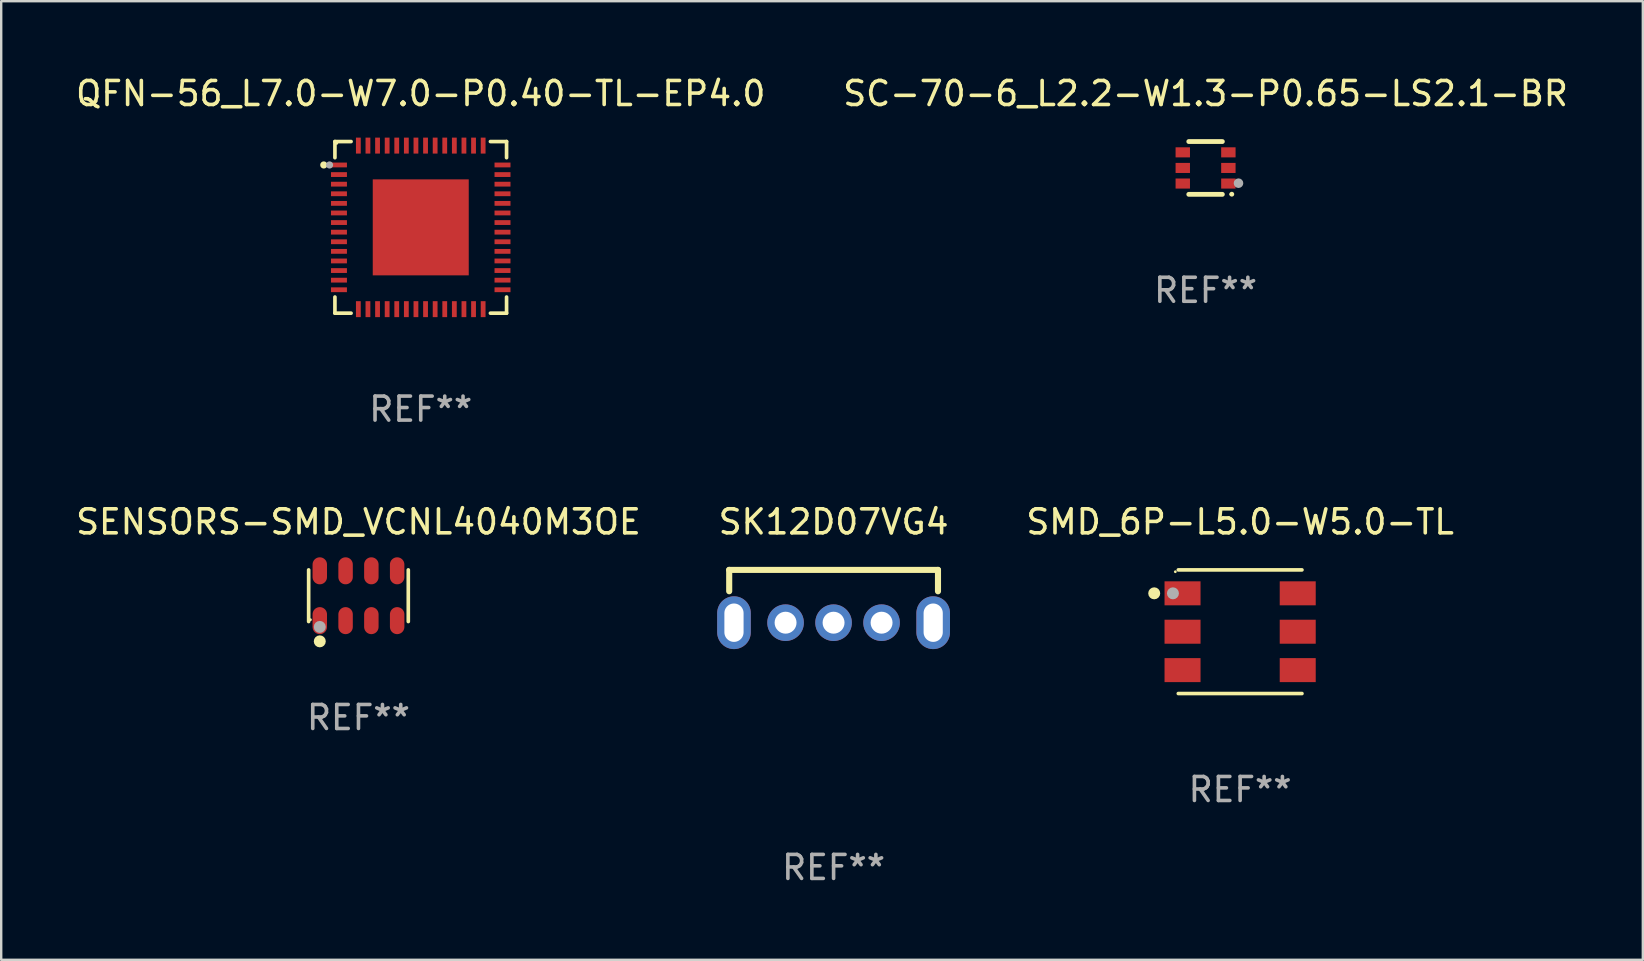
<source format=kicad_pcb>
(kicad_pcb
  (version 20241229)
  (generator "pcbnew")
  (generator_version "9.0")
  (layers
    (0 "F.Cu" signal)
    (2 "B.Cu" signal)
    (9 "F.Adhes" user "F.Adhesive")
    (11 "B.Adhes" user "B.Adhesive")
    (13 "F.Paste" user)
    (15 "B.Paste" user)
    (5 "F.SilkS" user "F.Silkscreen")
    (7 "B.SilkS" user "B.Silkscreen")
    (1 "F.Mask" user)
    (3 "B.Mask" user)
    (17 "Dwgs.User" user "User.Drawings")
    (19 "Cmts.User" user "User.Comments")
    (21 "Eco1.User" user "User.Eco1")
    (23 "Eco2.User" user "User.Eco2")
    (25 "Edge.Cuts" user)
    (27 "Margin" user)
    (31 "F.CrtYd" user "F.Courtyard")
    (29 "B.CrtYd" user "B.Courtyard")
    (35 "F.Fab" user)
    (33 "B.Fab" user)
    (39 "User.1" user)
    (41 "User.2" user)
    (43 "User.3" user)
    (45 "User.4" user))
  (footprint "SC-70-6_L2.2-W1.3-P0.65-LS2.1-BR"
    (layer "F.Cu")
    (at 47.185 3.948)
    (property "Reference" "SC-70-6_L2.2-W1.3-P0.65-LS2.1-BR" (at 0 -3.1 0) (layer "F.SilkS") (effects (font (size 1 1) (thickness 0.15))))
    (attr through_hole)
    (fp_line (start -0.7 -1.1) (end 0.7 -1.1) (stroke (width 0.2) (type solid)) (layer "F.SilkS"))
    (fp_line (start -0.7 1.1) (end 0.7 1.1) (stroke (width 0.2) (type solid)) (layer "F.SilkS"))
    (fp_arc (start 1.090932 1.094209) (mid 1.092202 1.094203) (end 1.093472 1.094209) (stroke (width 0.2) (type solid)) (layer "F.SilkS"))
    (fp_circle (center 1.053 1.1) (end 1.083 1.1) (stroke (width 0.06) (type solid)) (fill no) (layer "F.SilkS"))
    (fp_circle (center 1.372 0.635) (end 1.472 0.635) (stroke (width 0.2) (type solid)) (fill no) (layer "F.Fab"))
    (fp_text user "REF**" (at 0 5.1 0) (layer "F.Fab") (effects (font (size 1 1) (thickness 0.15))))
    (pad "1" smd rect (at 0.95 0.65 90) (size 0.42 0.6) (layers "F.Cu" "F.Mask" "F.Paste"))
    (pad "2" smd rect (at 0.95 0 90) (size 0.42 0.6) (layers "F.Cu" "F.Mask" "F.Paste"))
    (pad "3" smd rect (at 0.95 -0.65 90) (size 0.42 0.6) (layers "F.Cu" "F.Mask" "F.Paste"))
    (pad "4" smd rect (at -0.95 -0.65 270) (size 0.42 0.6) (layers "F.Cu" "F.Mask" "F.Paste"))
    (pad "5" smd rect (at -0.95 0 270) (size 0.42 0.6) (layers "F.Cu" "F.Mask" "F.Paste"))
    (pad "6" smd rect (at -0.95 0.65 270) (size 0.42 0.6) (layers "F.Cu" "F.Mask" "F.Paste")))
  (footprint "SMD_6P-L5.0-W5.0-TL"
    (layer "F.Cu")
    (at 48.625 23.273)
    (property "Reference" "SMD_6P-L5.0-W5.0-TL" (at 0 -4.576 0) (layer "F.SilkS") (effects (font (size 1 1) (thickness 0.15))))
    (attr through_hole)
    (fp_line (start -2.576 -2.576) (end 2.576 -2.576) (stroke (width 0.152) (type solid)) (layer "F.SilkS"))
    (fp_line (start -2.576 2.576) (end 2.576 2.576) (stroke (width 0.152) (type solid)) (layer "F.SilkS"))
    (fp_circle (center -3.58 -1.6) (end -3.455 -1.6) (stroke (width 0.25) (type solid)) (fill no) (layer "F.SilkS"))
    (fp_circle (center -2.7 -2.5) (end -2.67 -2.5) (stroke (width 0.06) (type solid)) (fill no) (layer "F.SilkS"))
    (fp_circle (center -2.8 -1.6) (end -2.675 -1.6) (stroke (width 0.25) (type solid)) (fill no) (layer "F.Fab"))
    (fp_text user "REF**" (at 0 6.576 0) (layer "F.Fab") (effects (font (size 1 1) (thickness 0.15))))
    (pad "1" smd rect (at -2.4 -1.6) (size 1.5 1) (layers "F.Cu" "F.Mask" "F.Paste"))
    (pad "2" smd rect (at -2.4 0) (size 1.5 1) (layers "F.Cu" "F.Mask" "F.Paste"))
    (pad "3" smd rect (at -2.4 1.6) (size 1.5 1) (layers "F.Cu" "F.Mask" "F.Paste"))
    (pad "4" smd rect (at 2.4 1.6) (size 1.5 1) (layers "F.Cu" "F.Mask" "F.Paste"))
    (pad "5" smd rect (at 2.4 0) (size 1.5 1) (layers "F.Cu" "F.Mask" "F.Paste"))
    (pad "6" smd rect (at 2.4 -1.6) (size 1.5 1) (layers "F.Cu" "F.Mask" "F.Paste")))
  (footprint "SK12D07VG4"
    (layer "F.Cu")
    (at 31.685 24.897)
    (property "Reference" "SK12D07VG4" (at 0 -6.2 0) (layer "F.SilkS") (effects (font (size 1 1) (thickness 0.15))))
    (attr through_hole)
    (fp_line (start -4.351 -4.2) (end 4.35 -4.2) (stroke (width 0.254) (type solid)) (layer "F.SilkS"))
    (fp_line (start -4.35 -3.31) (end -4.35 -4.2) (stroke (width 0.254) (type solid)) (layer "F.SilkS"))
    (fp_line (start 4.35 -4.2) (end 4.35 -3.309) (stroke (width 0.254) (type solid)) (layer "F.SilkS"))
    (fp_text user "REF**" (at 0 8.2 0) (layer "F.Fab") (effects (font (size 1 1) (thickness 0.15))))
    (pad "1" thru_hole circle (at -2.001 -2) (size 1.524 1.524) (drill 0.914) (layers "*.Cu" "*.Mask"))
    (pad "2" thru_hole circle (at -0.001 -2) (size 1.524 1.524) (drill 0.914) (layers "*.Cu" "*.Mask"))
    (pad "3" thru_hole circle (at 1.999 -2) (size 1.524 1.524) (drill 0.914) (layers "*.Cu" "*.Mask"))
    (pad "4" thru_hole oval (at 4.15 -2) (size 1.4 2.2) (drill oval 0.8 1.6) (layers "*.Cu" "*.Mask"))
    (pad "5" thru_hole oval (at -4.151 -2) (size 1.4 2.2) (drill oval 0.8 1.6) (layers "*.Cu" "*.Mask")))
  (footprint "QFN-56_L7.0-W7.0-P0.40-TL-EP4.0"
    (layer "F.Cu")
    (at 14.482 6.424)
    (property "Reference" "QFN-56_L7.0-W7.0-P0.40-TL-EP4.0" (at 0 -5.576 0) (layer "F.SilkS") (effects (font (size 1 1) (thickness 0.15))))
    (attr through_hole)
    (fp_line (start -3.576 -3.576) (end -3.576 -2.903) (stroke (width 0.152) (type solid)) (layer "F.SilkS"))
    (fp_line (start -3.576 3.576) (end -3.576 2.903) (stroke (width 0.152) (type solid)) (layer "F.SilkS"))
    (fp_line (start -2.903 -3.576) (end -3.576 -3.576) (stroke (width 0.152) (type solid)) (layer "F.SilkS"))
    (fp_line (start -2.903 3.576) (end -3.576 3.576) (stroke (width 0.152) (type solid)) (layer "F.SilkS"))
    (fp_line (start 2.903 -3.576) (end 3.576 -3.576) (stroke (width 0.152) (type solid)) (layer "F.SilkS"))
    (fp_line (start 2.903 3.576) (end 3.576 3.576) (stroke (width 0.152) (type solid)) (layer "F.SilkS"))
    (fp_line (start 3.576 -3.576) (end 3.576 -2.903) (stroke (width 0.152) (type solid)) (layer "F.SilkS"))
    (fp_line (start 3.576 3.576) (end 3.576 2.903) (stroke (width 0.152) (type solid)) (layer "F.SilkS"))
    (fp_circle (center -4.04 -2.6) (end -3.965 -2.6) (stroke (width 0.15) (type solid)) (fill no) (layer "F.SilkS"))
    (fp_circle (center -3.5 -3.5) (end -3.47 -3.5) (stroke (width 0.06) (type solid)) (fill no) (layer "F.SilkS"))
    (fp_circle (center -3.8 -2.6) (end -3.725 -2.6) (stroke (width 0.15) (type solid)) (fill no) (layer "F.Fab"))
    (fp_text user "REF**" (at 0 7.576 0) (layer "F.Fab") (effects (font (size 1 1) (thickness 0.15))))
    (pad "1" smd rect (at -3.408 -2.6) (size 0.665 0.2) (layers "F.Cu" "F.Mask" "F.Paste"))
    (pad "2" smd rect (at -3.408 -2.2) (size 0.665 0.2) (layers "F.Cu" "F.Mask" "F.Paste"))
    (pad "3" smd rect (at -3.408 -1.8) (size 0.665 0.2) (layers "F.Cu" "F.Mask" "F.Paste"))
    (pad "4" smd rect (at -3.408 -1.4) (size 0.665 0.2) (layers "F.Cu" "F.Mask" "F.Paste"))
    (pad "5" smd rect (at -3.408 -1) (size 0.665 0.2) (layers "F.Cu" "F.Mask" "F.Paste"))
    (pad "6" smd rect (at -3.408 -0.6) (size 0.665 0.2) (layers "F.Cu" "F.Mask" "F.Paste"))
    (pad "7" smd rect (at -3.408 -0.2) (size 0.665 0.2) (layers "F.Cu" "F.Mask" "F.Paste"))
    (pad "8" smd rect (at -3.408 0.2) (size 0.665 0.2) (layers "F.Cu" "F.Mask" "F.Paste"))
    (pad "9" smd rect (at -3.408 0.6) (size 0.665 0.2) (layers "F.Cu" "F.Mask" "F.Paste"))
    (pad "10" smd rect (at -3.408 1) (size 0.665 0.2) (layers "F.Cu" "F.Mask" "F.Paste"))
    (pad "11" smd rect (at -3.408 1.4) (size 0.665 0.2) (layers "F.Cu" "F.Mask" "F.Paste"))
    (pad "12" smd rect (at -3.408 1.8) (size 0.665 0.2) (layers "F.Cu" "F.Mask" "F.Paste"))
    (pad "13" smd rect (at -3.408 2.2) (size 0.665 0.2) (layers "F.Cu" "F.Mask" "F.Paste"))
    (pad "14" smd rect (at -3.408 2.6) (size 0.665 0.2) (layers "F.Cu" "F.Mask" "F.Paste"))
    (pad "15" smd rect (at -2.6 3.408) (size 0.2 0.665) (layers "F.Cu" "F.Mask" "F.Paste"))
    (pad "16" smd rect (at -2.2 3.408) (size 0.2 0.665) (layers "F.Cu" "F.Mask" "F.Paste"))
    (pad "17" smd rect (at -1.8 3.408) (size 0.2 0.665) (layers "F.Cu" "F.Mask" "F.Paste"))
    (pad "18" smd rect (at -1.4 3.408) (size 0.2 0.665) (layers "F.Cu" "F.Mask" "F.Paste"))
    (pad "19" smd rect (at -1 3.408) (size 0.2 0.665) (layers "F.Cu" "F.Mask" "F.Paste"))
    (pad "20" smd rect (at -0.6 3.408) (size 0.2 0.665) (layers "F.Cu" "F.Mask" "F.Paste"))
    (pad "21" smd rect (at -0.2 3.408) (size 0.2 0.665) (layers "F.Cu" "F.Mask" "F.Paste"))
    (pad "22" smd rect (at 0.2 3.408) (size 0.2 0.665) (layers "F.Cu" "F.Mask" "F.Paste"))
    (pad "23" smd rect (at 0.6 3.408) (size 0.2 0.665) (layers "F.Cu" "F.Mask" "F.Paste"))
    (pad "24" smd rect (at 1 3.408) (size 0.2 0.665) (layers "F.Cu" "F.Mask" "F.Paste"))
    (pad "25" smd rect (at 1.4 3.408) (size 0.2 0.665) (layers "F.Cu" "F.Mask" "F.Paste"))
    (pad "26" smd rect (at 1.8 3.408) (size 0.2 0.665) (layers "F.Cu" "F.Mask" "F.Paste"))
    (pad "27" smd rect (at 2.2 3.408) (size 0.2 0.665) (layers "F.Cu" "F.Mask" "F.Paste"))
    (pad "28" smd rect (at 2.6 3.408) (size 0.2 0.665) (layers "F.Cu" "F.Mask" "F.Paste"))
    (pad "29" smd rect (at 3.407 2.6) (size 0.665 0.2) (layers "F.Cu" "F.Mask" "F.Paste"))
    (pad "30" smd rect (at 3.407 2.2) (size 0.665 0.2) (layers "F.Cu" "F.Mask" "F.Paste"))
    (pad "31" smd rect (at 3.407 1.8) (size 0.665 0.2) (layers "F.Cu" "F.Mask" "F.Paste"))
    (pad "32" smd rect (at 3.407 1.4) (size 0.665 0.2) (layers "F.Cu" "F.Mask" "F.Paste"))
    (pad "33" smd rect (at 3.407 1) (size 0.665 0.2) (layers "F.Cu" "F.Mask" "F.Paste"))
    (pad "34" smd rect (at 3.407 0.6) (size 0.665 0.2) (layers "F.Cu" "F.Mask" "F.Paste"))
    (pad "35" smd rect (at 3.407 0.2) (size 0.665 0.2) (layers "F.Cu" "F.Mask" "F.Paste"))
    (pad "36" smd rect (at 3.407 -0.2) (size 0.665 0.2) (layers "F.Cu" "F.Mask" "F.Paste"))
    (pad "37" smd rect (at 3.407 -0.6) (size 0.665 0.2) (layers "F.Cu" "F.Mask" "F.Paste"))
    (pad "38" smd rect (at 3.407 -1) (size 0.665 0.2) (layers "F.Cu" "F.Mask" "F.Paste"))
    (pad "39" smd rect (at 3.407 -1.4) (size 0.665 0.2) (layers "F.Cu" "F.Mask" "F.Paste"))
    (pad "40" smd rect (at 3.407 -1.8) (size 0.665 0.2) (layers "F.Cu" "F.Mask" "F.Paste"))
    (pad "41" smd rect (at 3.407 -2.2) (size 0.665 0.2) (layers "F.Cu" "F.Mask" "F.Paste"))
    (pad "42" smd rect (at 3.407 -2.6) (size 0.665 0.2) (layers "F.Cu" "F.Mask" "F.Paste"))
    (pad "43" smd rect (at 2.6 -3.407) (size 0.2 0.665) (layers "F.Cu" "F.Mask" "F.Paste"))
    (pad "44" smd rect (at 2.2 -3.407) (size 0.2 0.665) (layers "F.Cu" "F.Mask" "F.Paste"))
    (pad "45" smd rect (at 1.8 -3.407) (size 0.2 0.665) (layers "F.Cu" "F.Mask" "F.Paste"))
    (pad "46" smd rect (at 1.4 -3.407) (size 0.2 0.665) (layers "F.Cu" "F.Mask" "F.Paste"))
    (pad "47" smd rect (at 1 -3.407) (size 0.2 0.665) (layers "F.Cu" "F.Mask" "F.Paste"))
    (pad "48" smd rect (at 0.6 -3.407) (size 0.2 0.665) (layers "F.Cu" "F.Mask" "F.Paste"))
    (pad "49" smd rect (at 0.2 -3.407) (size 0.2 0.665) (layers "F.Cu" "F.Mask" "F.Paste"))
    (pad "50" smd rect (at -0.2 -3.407) (size 0.2 0.665) (layers "F.Cu" "F.Mask" "F.Paste"))
    (pad "51" smd rect (at -0.6 -3.407) (size 0.2 0.665) (layers "F.Cu" "F.Mask" "F.Paste"))
    (pad "52" smd rect (at -1 -3.407) (size 0.2 0.665) (layers "F.Cu" "F.Mask" "F.Paste"))
    (pad "53" smd rect (at -1.4 -3.407) (size 0.2 0.665) (layers "F.Cu" "F.Mask" "F.Paste"))
    (pad "54" smd rect (at -1.8 -3.407) (size 0.2 0.665) (layers "F.Cu" "F.Mask" "F.Paste"))
    (pad "55" smd rect (at -2.2 -3.407) (size 0.2 0.665) (layers "F.Cu" "F.Mask" "F.Paste"))
    (pad "56" smd rect (at -2.6 -3.407) (size 0.2 0.665) (layers "F.Cu" "F.Mask" "F.Paste"))
    (pad "57" smd rect (at 0.000051 -0.000051) (size 4 4) (layers "F.Cu" "F.Mask" "F.Paste")))
  (footprint "SENSORS-SMD_VCNL4040M3OE"
    (layer "F.Cu")
    (at 11.887 21.773)
    (property "Reference" "SENSORS-SMD_VCNL4040M3OE" (at 0 -3.076 0) (layer "F.SilkS") (effects (font (size 1 1) (thickness 0.15))))
    (attr through_hole)
    (fp_line (start -2.076 1.076) (end -2.076 -1.076) (stroke (width 0.152) (type solid)) (layer "F.SilkS"))
    (fp_line (start 2.076 1.076) (end 2.076 -1.076) (stroke (width 0.152) (type solid)) (layer "F.SilkS"))
    (fp_circle (center -2 1) (end -1.97 1) (stroke (width 0.06) (type solid)) (fill no) (layer "F.SilkS"))
    (fp_circle (center -1.612 1.901) (end -1.487 1.901) (stroke (width 0.25) (type solid)) (fill no) (layer "F.SilkS"))
    (fp_circle (center -1.612 1.3) (end -1.487 1.3) (stroke (width 0.25) (type solid)) (fill no) (layer "F.Fab"))
    (fp_text user "REF**" (at 0 5.076 0) (layer "F.Fab") (effects (font (size 1 1) (thickness 0.15))))
    (pad "1" smd oval (at -1.612 1.038) (size 0.602 1.126) (layers "F.Cu" "F.Mask" "F.Paste"))
    (pad "2" smd oval (at -0.537 1.038) (size 0.602 1.126) (layers "F.Cu" "F.Mask" "F.Paste"))
    (pad "3" smd oval (at 0.537 1.038) (size 0.602 1.126) (layers "F.Cu" "F.Mask" "F.Paste"))
    (pad "4" smd oval (at 1.612 1.038) (size 0.602 1.126) (layers "F.Cu" "F.Mask" "F.Paste"))
    (pad "5" smd oval (at 1.612 -1.038) (size 0.602 1.126) (layers "F.Cu" "F.Mask" "F.Paste"))
    (pad "6" smd oval (at 0.537 -1.038) (size 0.602 1.126) (layers "F.Cu" "F.Mask" "F.Paste"))
    (pad "7" smd oval (at -0.537 -1.038) (size 0.602 1.126) (layers "F.Cu" "F.Mask" "F.Paste"))
    (pad "8" smd oval (at -1.612 -1.038) (size 0.602 1.126) (layers "F.Cu" "F.Mask" "F.Paste")))
  (gr_rect
    (start -3 -3)
    (end 65.405 36.945)
    (stroke (width 0.1) (type default))
    (fill no)
    (layer "Edge.Cuts")))
</source>
